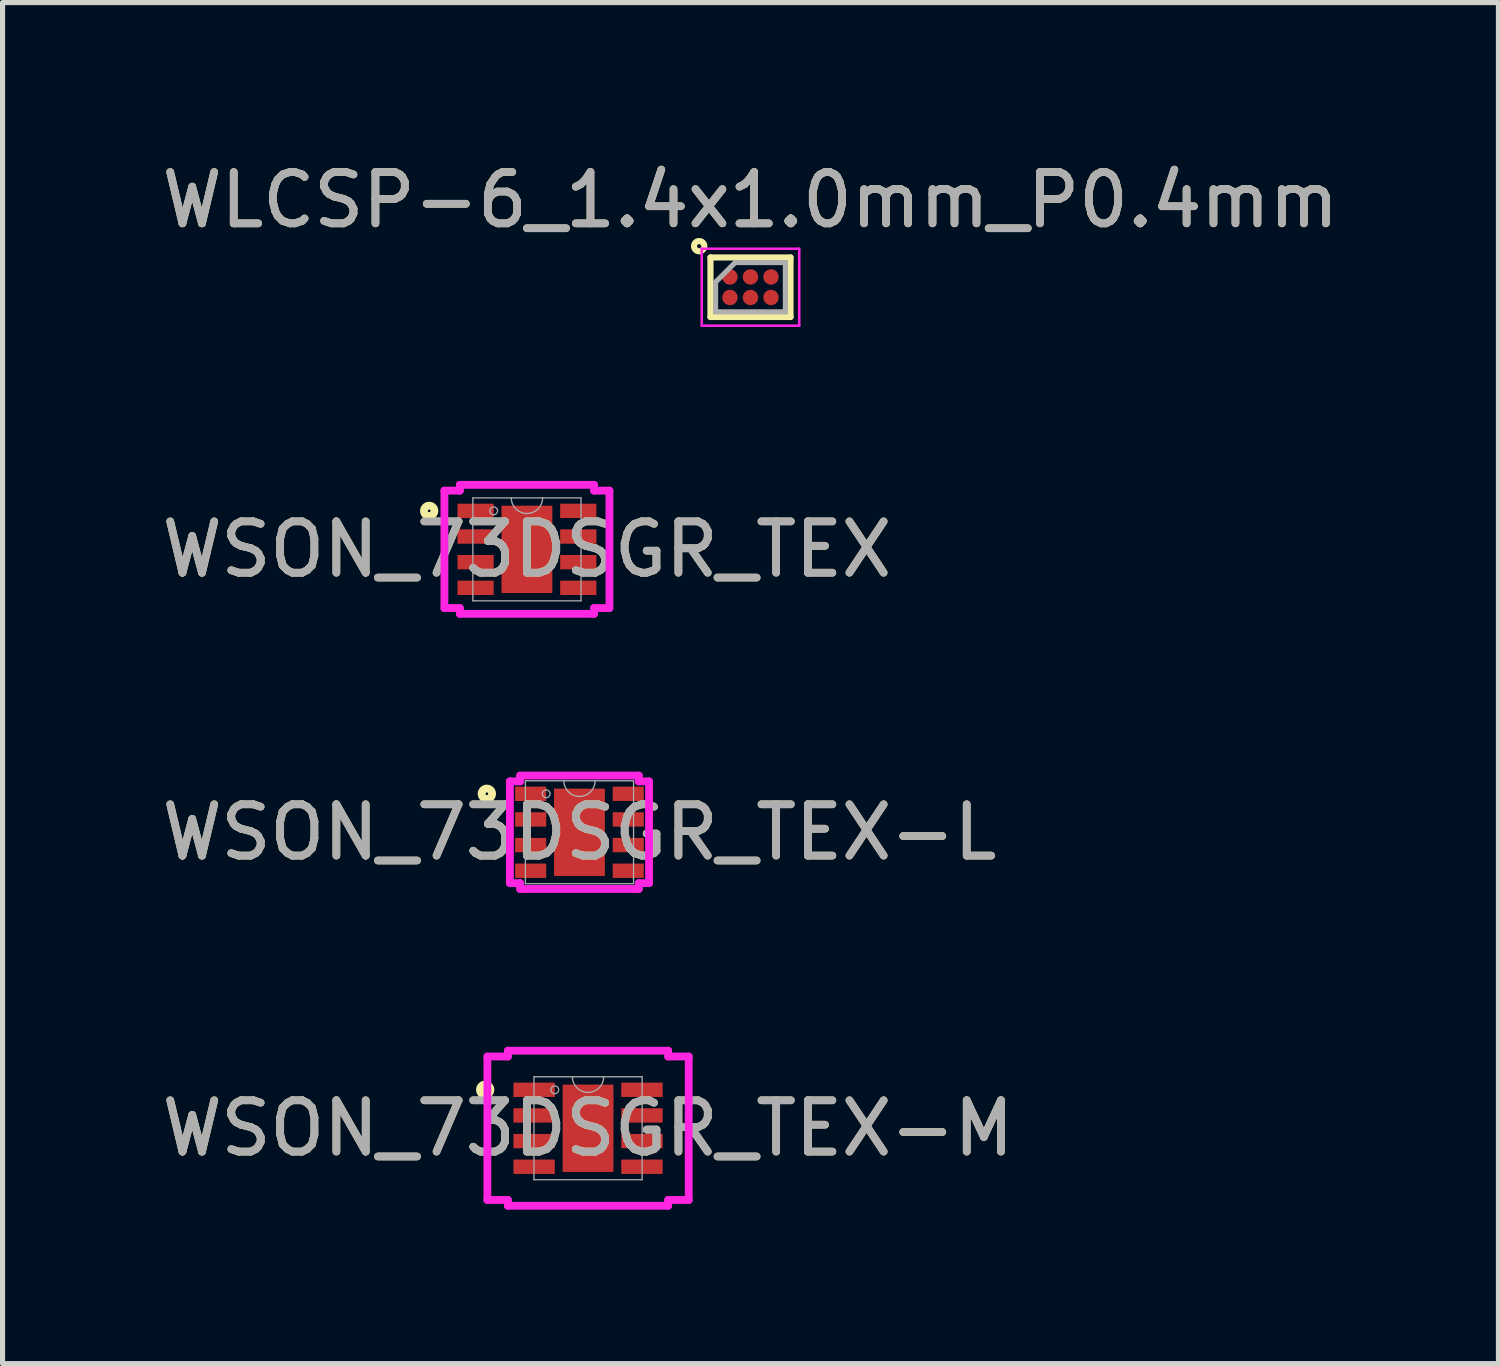
<source format=kicad_pcb>
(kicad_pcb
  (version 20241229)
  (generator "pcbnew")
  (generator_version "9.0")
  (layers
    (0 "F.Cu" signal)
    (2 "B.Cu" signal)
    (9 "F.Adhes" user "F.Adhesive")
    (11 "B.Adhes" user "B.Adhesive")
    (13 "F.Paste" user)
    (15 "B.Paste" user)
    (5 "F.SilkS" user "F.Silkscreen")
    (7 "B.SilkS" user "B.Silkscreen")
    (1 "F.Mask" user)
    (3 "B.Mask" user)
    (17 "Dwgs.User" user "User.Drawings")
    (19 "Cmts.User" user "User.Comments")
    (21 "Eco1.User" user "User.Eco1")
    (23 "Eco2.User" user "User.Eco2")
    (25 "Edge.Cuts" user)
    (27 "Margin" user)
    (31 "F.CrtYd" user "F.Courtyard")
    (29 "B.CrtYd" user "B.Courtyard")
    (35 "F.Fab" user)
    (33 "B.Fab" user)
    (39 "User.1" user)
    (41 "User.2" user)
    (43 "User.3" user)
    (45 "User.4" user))
  (footprint "WLCSP-6_1.4x1.0mm_P0.4mm"
    (layer "F.Cu")
    (at 11.577 2.548)
    (property "Reference" "WLCSP-6_1.4x1.0mm_P0.4mm" (at 0 -1.7 0) (layer "F.SilkS") (effects (font (size 1 1) (thickness 0.15))))
    (attr smd)
    (fp_line (start -0.78 -0.58) (end 0.78 -0.58) (stroke (width 0.12) (type solid)) (layer "F.SilkS"))
    (fp_line (start -0.78 0.58) (end -0.78 -0.58) (stroke (width 0.12) (type solid)) (layer "F.SilkS"))
    (fp_line (start 0.78 -0.58) (end 0.78 0.58) (stroke (width 0.12) (type solid)) (layer "F.SilkS"))
    (fp_line (start 0.78 0.58) (end -0.78 0.58) (stroke (width 0.12) (type solid)) (layer "F.SilkS"))
    (fp_circle (center -1 -0.8) (end -0.9 -0.8) (stroke (width 0.12) (type solid)) (fill no) (layer "F.SilkS"))
    (fp_line (start -0.95 -0.75) (end 0.95 -0.75) (stroke (width 0.05) (type solid)) (layer "F.CrtYd"))
    (fp_line (start -0.95 0.75) (end -0.95 -0.75) (stroke (width 0.05) (type solid)) (layer "F.CrtYd"))
    (fp_line (start 0.95 -0.75) (end 0.95 0.75) (stroke (width 0.05) (type solid)) (layer "F.CrtYd"))
    (fp_line (start 0.95 0.75) (end -0.95 0.75) (stroke (width 0.05) (type solid)) (layer "F.CrtYd"))
    (fp_line (start -0.68 -0.1) (end -0.3 -0.48) (stroke (width 0.1) (type solid)) (layer "F.Fab"))
    (fp_line (start -0.68 0.48) (end -0.68 -0.1) (stroke (width 0.1) (type solid)) (layer "F.Fab"))
    (fp_line (start -0.3 -0.48) (end 0.68 -0.48) (stroke (width 0.1) (type solid)) (layer "F.Fab"))
    (fp_line (start 0.68 -0.48) (end 0.68 0.48) (stroke (width 0.1) (type solid)) (layer "F.Fab"))
    (fp_line (start 0.68 0.48) (end -0.68 0.48) (stroke (width 0.1) (type solid)) (layer "F.Fab"))
    (fp_text user "${REFERENCE}" (at 0 -1.7 0) (layer "F.Fab") (effects (font (size 1 1) (thickness 0.15))))
    (pad "A1" smd circle (at -0.4 -0.2 90) (size 0.3 0.3) (layers "F.Cu" "F.Mask" "F.Paste"))
    (pad "A2" smd circle (at -0.4 0.2 90) (size 0.3 0.3) (layers "F.Cu" "F.Mask" "F.Paste"))
    (pad "B1" smd circle (at 0 -0.2 90) (size 0.3 0.3) (layers "F.Cu" "F.Mask" "F.Paste"))
    (pad "B2" smd circle (at 0 0.2 90) (size 0.3 0.3) (layers "F.Cu" "F.Mask" "F.Paste"))
    (pad "C1" smd circle (at 0.4 -0.2 90) (size 0.3 0.3) (layers "F.Cu" "F.Mask" "F.Paste"))
    (pad "C2" smd circle (at 0.4 0.2 90) (size 0.3 0.3) (layers "F.Cu" "F.Mask" "F.Paste")))
  (footprint "WSON_73DSGR_TEX-L"
    (layer "F.Cu")
    (at 8.244 13.171)
    (property "Reference" "WSON_73DSGR_TEX-L" (at 0 0 0) (unlocked yes) (layer "F.SilkS") (effects (font (size 1 1) (thickness 0.15))))
    (attr smd)
    (fp_circle (center -1.805 -0.75) (end -1.703 -0.75) (stroke (width 0.152) (type solid)) (fill no) (layer "F.SilkS"))
    (fp_line (start -1.356 -0.992) (end -1.156 -0.992) (stroke (width 0.152) (type solid)) (layer "F.CrtYd"))
    (fp_line (start -1.356 0.992) (end -1.356 -0.992) (stroke (width 0.152) (type solid)) (layer "F.CrtYd"))
    (fp_line (start -1.356 0.992) (end -1.156 0.992) (stroke (width 0.152) (type solid)) (layer "F.CrtYd"))
    (fp_line (start -1.156 -1.105) (end 1.156 -1.105) (stroke (width 0.152) (type solid)) (layer "F.CrtYd"))
    (fp_line (start -1.156 -0.992) (end -1.156 -1.105) (stroke (width 0.152) (type solid)) (layer "F.CrtYd"))
    (fp_line (start -1.156 1.105) (end -1.156 0.992) (stroke (width 0.152) (type solid)) (layer "F.CrtYd"))
    (fp_line (start 1.156 -1.105) (end 1.156 -0.992) (stroke (width 0.152) (type solid)) (layer "F.CrtYd"))
    (fp_line (start 1.156 0.992) (end 1.156 1.105) (stroke (width 0.152) (type solid)) (layer "F.CrtYd"))
    (fp_line (start 1.156 1.105) (end -1.156 1.105) (stroke (width 0.152) (type solid)) (layer "F.CrtYd"))
    (fp_line (start 1.356 -0.992) (end 1.156 -0.992) (stroke (width 0.152) (type solid)) (layer "F.CrtYd"))
    (fp_line (start 1.356 -0.992) (end 1.356 0.992) (stroke (width 0.152) (type solid)) (layer "F.CrtYd"))
    (fp_line (start 1.356 0.992) (end 1.156 0.992) (stroke (width 0.152) (type solid)) (layer "F.CrtYd"))
    (fp_line (start -1.054 -1.003) (end -1.054 1.003) (stroke (width 0.025) (type solid)) (layer "F.Fab"))
    (fp_line (start -1.054 1.003) (end 1.054 1.003) (stroke (width 0.025) (type solid)) (layer "F.Fab"))
    (fp_line (start 1.054 -1.003) (end -1.054 -1.003) (stroke (width 0.025) (type solid)) (layer "F.Fab"))
    (fp_line (start 1.054 1.003) (end 1.054 -1.003) (stroke (width 0.025) (type solid)) (layer "F.Fab"))
    (fp_arc (start 0.3048 -1.0033) (mid 0 -0.6985) (end -0.3048 -1.0033) (stroke (width 0.0254) (type solid)) (layer "F.Fab"))
    (fp_circle (center -0.648 -0.75) (end -0.572 -0.75) (stroke (width 0.025) (type solid)) (fill no) (layer "F.Fab"))
    (fp_text user "${REFERENCE}" (at 0 0 0) (unlocked yes) (layer "F.Fab") (effects (font (size 1 1) (thickness 0.15))))
    (pad "1" smd rect (at -0.951 -0.75) (size 0.606 0.28) (layers "F.Cu" "F.Mask" "F.Paste"))
    (pad "2" smd rect (at -0.951 -0.25) (size 0.606 0.28) (layers "F.Cu" "F.Mask" "F.Paste"))
    (pad "3" smd rect (at -0.951 0.25) (size 0.606 0.28) (layers "F.Cu" "F.Mask" "F.Paste"))
    (pad "4" smd rect (at -0.951 0.75) (size 0.606 0.28) (layers "F.Cu" "F.Mask" "F.Paste"))
    (pad "5" smd rect (at 0.951 0.75) (size 0.606 0.28) (layers "F.Cu" "F.Mask" "F.Paste"))
    (pad "6" smd rect (at 0.951 0.25) (size 0.606 0.28) (layers "F.Cu" "F.Mask" "F.Paste"))
    (pad "7" smd rect (at 0.951 -0.25) (size 0.606 0.28) (layers "F.Cu" "F.Mask" "F.Paste"))
    (pad "8" smd rect (at 0.951 -0.75) (size 0.606 0.28) (layers "F.Cu" "F.Mask" "F.Paste"))
    (pad "9" smd rect (at 0 0) (size 0.991 1.702) (layers "F.Cu" "F.Mask" "F.Paste")))
  (footprint "WSON_73DSGR_TEX-M"
    (layer "F.Cu")
    (at 8.411 18.94)
    (property "Reference" "WSON_73DSGR_TEX-M" (at 0 0 0) (unlocked yes) (layer "F.SilkS") (effects (font (size 1 1) (thickness 0.15))))
    (attr smd)
    (fp_circle (center -2.005 -0.75) (end -1.903 -0.75) (stroke (width 0.152) (type solid)) (fill no) (layer "F.SilkS"))
    (fp_line (start -1.962 -1.398) (end -1.562 -1.398) (stroke (width 0.152) (type solid)) (layer "F.CrtYd"))
    (fp_line (start -1.962 1.398) (end -1.962 -1.398) (stroke (width 0.152) (type solid)) (layer "F.CrtYd"))
    (fp_line (start -1.962 1.398) (end -1.562 1.398) (stroke (width 0.152) (type solid)) (layer "F.CrtYd"))
    (fp_line (start -1.562 -1.511) (end 1.562 -1.511) (stroke (width 0.152) (type solid)) (layer "F.CrtYd"))
    (fp_line (start -1.562 -1.398) (end -1.562 -1.511) (stroke (width 0.152) (type solid)) (layer "F.CrtYd"))
    (fp_line (start -1.562 1.511) (end -1.562 1.398) (stroke (width 0.152) (type solid)) (layer "F.CrtYd"))
    (fp_line (start 1.562 -1.511) (end 1.562 -1.398) (stroke (width 0.152) (type solid)) (layer "F.CrtYd"))
    (fp_line (start 1.562 1.398) (end 1.562 1.511) (stroke (width 0.152) (type solid)) (layer "F.CrtYd"))
    (fp_line (start 1.562 1.511) (end -1.562 1.511) (stroke (width 0.152) (type solid)) (layer "F.CrtYd"))
    (fp_line (start 1.962 -1.398) (end 1.562 -1.398) (stroke (width 0.152) (type solid)) (layer "F.CrtYd"))
    (fp_line (start 1.962 -1.398) (end 1.962 1.398) (stroke (width 0.152) (type solid)) (layer "F.CrtYd"))
    (fp_line (start 1.962 1.398) (end 1.562 1.398) (stroke (width 0.152) (type solid)) (layer "F.CrtYd"))
    (fp_line (start -1.054 -1.003) (end -1.054 1.003) (stroke (width 0.025) (type solid)) (layer "F.Fab"))
    (fp_line (start -1.054 1.003) (end 1.054 1.003) (stroke (width 0.025) (type solid)) (layer "F.Fab"))
    (fp_line (start 1.054 -1.003) (end -1.054 -1.003) (stroke (width 0.025) (type solid)) (layer "F.Fab"))
    (fp_line (start 1.054 1.003) (end 1.054 -1.003) (stroke (width 0.025) (type solid)) (layer "F.Fab"))
    (fp_arc (start 0.3048 -1.0033) (mid 0 -0.6985) (end -0.3048 -1.0033) (stroke (width 0.0254) (type solid)) (layer "F.Fab"))
    (fp_circle (center -0.648 -0.75) (end -0.572 -0.75) (stroke (width 0.025) (type solid)) (fill no) (layer "F.Fab"))
    (fp_text user "${REFERENCE}" (at 0 0 0) (unlocked yes) (layer "F.Fab") (effects (font (size 1 1) (thickness 0.15))))
    (pad "1" smd rect (at -1.051 -0.75) (size 0.806 0.28) (layers "F.Cu" "F.Mask" "F.Paste"))
    (pad "2" smd rect (at -1.051 -0.25) (size 0.806 0.28) (layers "F.Cu" "F.Mask" "F.Paste"))
    (pad "3" smd rect (at -1.051 0.25) (size 0.806 0.28) (layers "F.Cu" "F.Mask" "F.Paste"))
    (pad "4" smd rect (at -1.051 0.75) (size 0.806 0.28) (layers "F.Cu" "F.Mask" "F.Paste"))
    (pad "5" smd rect (at 1.051 0.75) (size 0.806 0.28) (layers "F.Cu" "F.Mask" "F.Paste"))
    (pad "6" smd rect (at 1.051 0.25) (size 0.806 0.28) (layers "F.Cu" "F.Mask" "F.Paste"))
    (pad "7" smd rect (at 1.051 -0.25) (size 0.806 0.28) (layers "F.Cu" "F.Mask" "F.Paste"))
    (pad "8" smd rect (at 1.051 -0.75) (size 0.806 0.28) (layers "F.Cu" "F.Mask" "F.Paste"))
    (pad "9" smd rect (at 0 0) (size 0.991 1.702) (layers "F.Cu" "F.Mask" "F.Paste")))
  (footprint "WSON_73DSGR_TEX"
    (layer "F.Cu")
    (at 7.22 7.657)
    (property "Reference" "WSON_73DSGR_TEX" (at 0 0 0) (unlocked yes) (layer "F.SilkS") (effects (font (size 1 1) (thickness 0.15))))
    (attr smd)
    (fp_circle (center -1.905 -0.75) (end -1.803 -0.75) (stroke (width 0.152) (type solid)) (fill no) (layer "F.SilkS"))
    (fp_line (start -1.608 -1.144) (end -1.308 -1.144) (stroke (width 0.152) (type solid)) (layer "F.CrtYd"))
    (fp_line (start -1.608 1.144) (end -1.608 -1.144) (stroke (width 0.152) (type solid)) (layer "F.CrtYd"))
    (fp_line (start -1.608 1.144) (end -1.308 1.144) (stroke (width 0.152) (type solid)) (layer "F.CrtYd"))
    (fp_line (start -1.308 -1.257) (end 1.308 -1.257) (stroke (width 0.152) (type solid)) (layer "F.CrtYd"))
    (fp_line (start -1.308 -1.144) (end -1.308 -1.257) (stroke (width 0.152) (type solid)) (layer "F.CrtYd"))
    (fp_line (start -1.308 1.257) (end -1.308 1.144) (stroke (width 0.152) (type solid)) (layer "F.CrtYd"))
    (fp_line (start 1.308 -1.257) (end 1.308 -1.144) (stroke (width 0.152) (type solid)) (layer "F.CrtYd"))
    (fp_line (start 1.308 1.144) (end 1.308 1.257) (stroke (width 0.152) (type solid)) (layer "F.CrtYd"))
    (fp_line (start 1.308 1.257) (end -1.308 1.257) (stroke (width 0.152) (type solid)) (layer "F.CrtYd"))
    (fp_line (start 1.608 -1.144) (end 1.308 -1.144) (stroke (width 0.152) (type solid)) (layer "F.CrtYd"))
    (fp_line (start 1.608 -1.144) (end 1.608 1.144) (stroke (width 0.152) (type solid)) (layer "F.CrtYd"))
    (fp_line (start 1.608 1.144) (end 1.308 1.144) (stroke (width 0.152) (type solid)) (layer "F.CrtYd"))
    (fp_line (start -1.054 -1.003) (end -1.054 1.003) (stroke (width 0.025) (type solid)) (layer "F.Fab"))
    (fp_line (start -1.054 1.003) (end 1.054 1.003) (stroke (width 0.025) (type solid)) (layer "F.Fab"))
    (fp_line (start 1.054 -1.003) (end -1.054 -1.003) (stroke (width 0.025) (type solid)) (layer "F.Fab"))
    (fp_line (start 1.054 1.003) (end 1.054 -1.003) (stroke (width 0.025) (type solid)) (layer "F.Fab"))
    (fp_arc (start 0.3048 -1.0033) (mid 0 -0.6985) (end -0.3048 -1.0033) (stroke (width 0.0254) (type solid)) (layer "F.Fab"))
    (fp_circle (center -0.648 -0.75) (end -0.572 -0.75) (stroke (width 0.025) (type solid)) (fill no) (layer "F.Fab"))
    (fp_text user "${REFERENCE}" (at 0 0 0) (unlocked yes) (layer "F.Fab") (effects (font (size 1 1) (thickness 0.15))))
    (pad "1" smd rect (at -1.001 -0.75) (size 0.706 0.28) (layers "F.Cu" "F.Mask" "F.Paste"))
    (pad "2" smd rect (at -1.001 -0.25) (size 0.706 0.28) (layers "F.Cu" "F.Mask" "F.Paste"))
    (pad "3" smd rect (at -1.001 0.25) (size 0.706 0.28) (layers "F.Cu" "F.Mask" "F.Paste"))
    (pad "4" smd rect (at -1.001 0.75) (size 0.706 0.28) (layers "F.Cu" "F.Mask" "F.Paste"))
    (pad "5" smd rect (at 1.001 0.75) (size 0.706 0.28) (layers "F.Cu" "F.Mask" "F.Paste"))
    (pad "6" smd rect (at 1.001 0.25) (size 0.706 0.28) (layers "F.Cu" "F.Mask" "F.Paste"))
    (pad "7" smd rect (at 1.001 -0.25) (size 0.706 0.28) (layers "F.Cu" "F.Mask" "F.Paste"))
    (pad "8" smd rect (at 1.001 -0.75) (size 0.706 0.28) (layers "F.Cu" "F.Mask" "F.Paste"))
    (pad "9" smd rect (at 0 0) (size 0.991 1.702) (layers "F.Cu" "F.Mask" "F.Paste")))
  (gr_rect
    (start -3 -3)
    (end 26.155 23.527)
    (stroke (width 0.1) (type default))
    (fill no)
    (layer "Edge.Cuts")))
</source>
